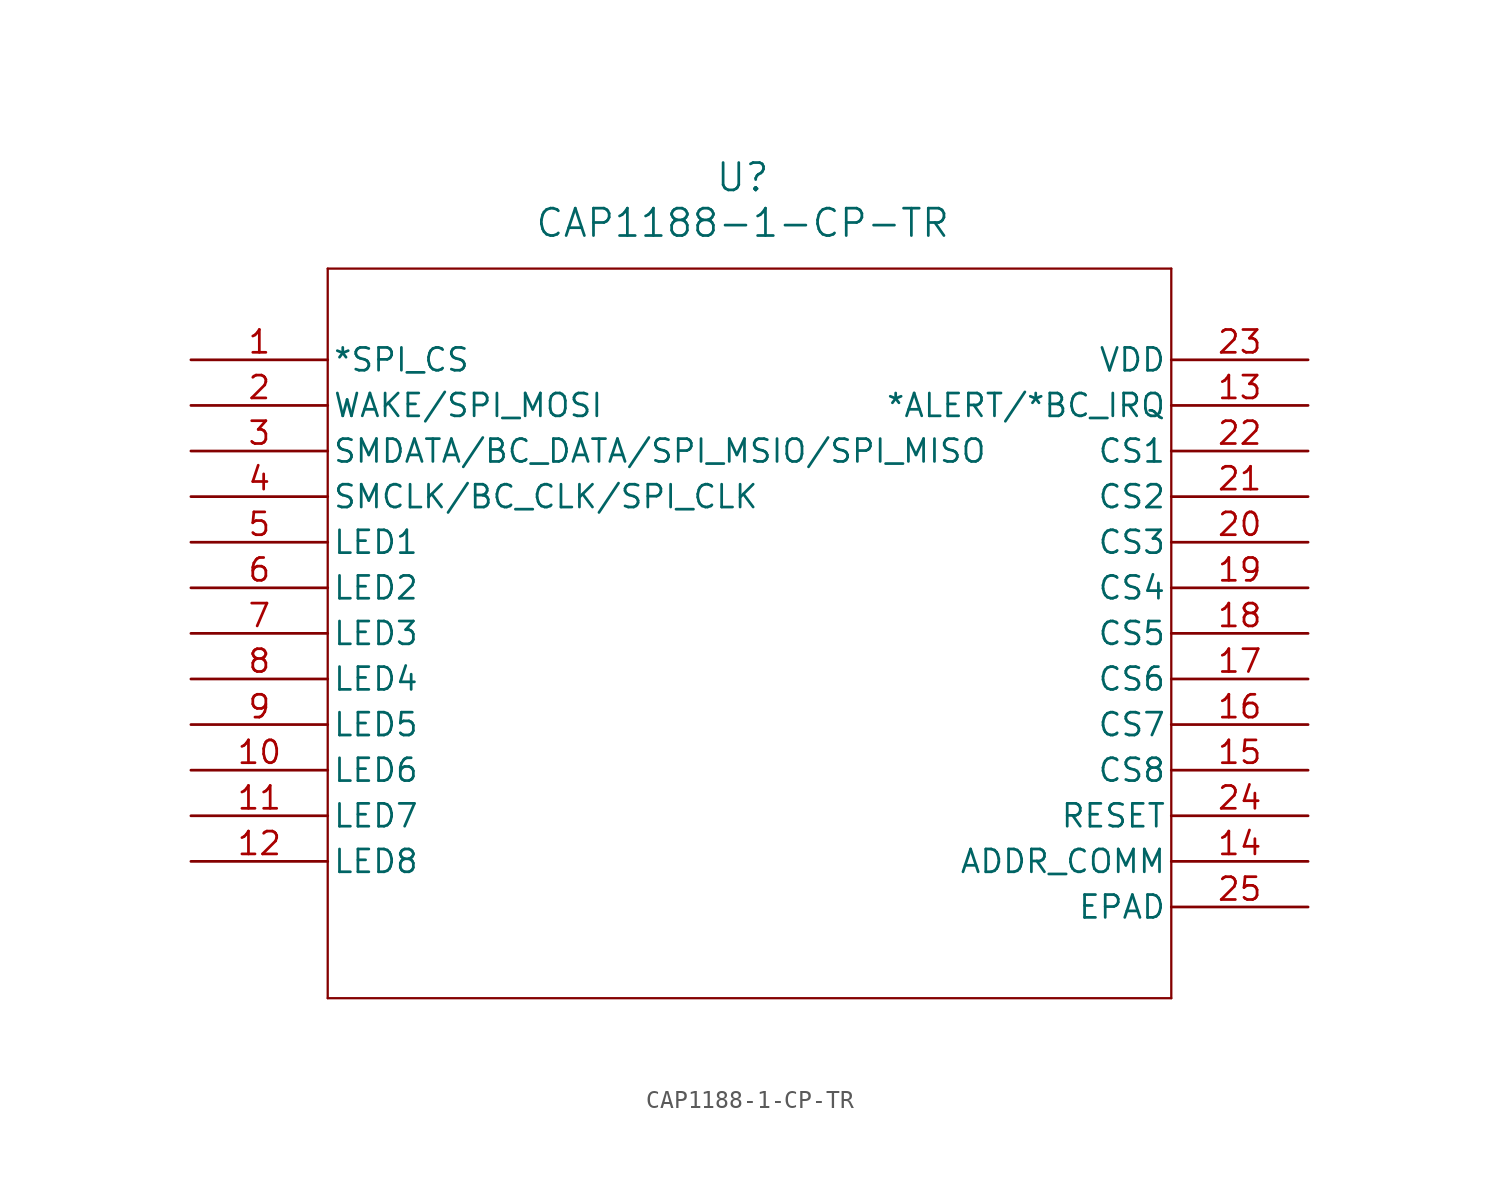
<source format=kicad_sym>
(kicad_symbol_lib
  (version 20241209)
  (generator "kicad_symbol_editor")
  (generator_version "9.0")
  (symbol "CAP1188-1-CP-TR"
    (pin_names
      (offset 0.254))
    (property "Reference" "U"
      (at 30.734 10.16 0)
      (effects (font (size 1.524 1.524))))
    (property "Value" "CAP1188-1-CP-TR"
      (at 30.734 7.62 0)
      (effects (font (size 1.524 1.524))))
    (symbol "CAP1188-1-CP-TR_0_1"
      (polyline (pts (xy 7.62 5.08) (xy 7.62 -35.56)) (stroke (width 0.127) (type default)) (fill (type none)))
      (polyline (pts (xy 7.62 -35.56) (xy 54.61 -35.56)) (stroke (width 0.127) (type default)) (fill (type none)))
      (polyline (pts (xy 54.61 5.08) (xy 7.62 5.08)) (stroke (width 0.127) (type default)) (fill (type none)))
      (polyline (pts (xy 54.61 -35.56) (xy 54.61 5.08)) (stroke (width 0.127) (type default)) (fill (type none)))
      (pin input line (at 0 0 0) (length 7.62) (name "*SPI_CS" (effects (font (size 1.27 1.27)))) (number "1" (effects (font (size 1.27 1.27)))))
      (pin bidirectional line (at 0 -2.54 0) (length 7.62) (name "WAKE/SPI_MOSI" (effects (font (size 1.27 1.27)))) (number "2" (effects (font (size 1.27 1.27)))))
      (pin bidirectional line (at 0 -5.08 0) (length 7.62) (name "SMDATA/BC_DATA/SPI_MSIO/SPI_MISO" (effects (font (size 1.27 1.27)))) (number "3" (effects (font (size 1.27 1.27)))))
      (pin input line (at 0 -7.62 0) (length 7.62) (name "SMCLK/BC_CLK/SPI_CLK" (effects (font (size 1.27 1.27)))) (number "4" (effects (font (size 1.27 1.27)))))
      (pin passive line (at 0 -10.16 0) (length 7.62) (name "LED1" (effects (font (size 1.27 1.27)))) (number "5" (effects (font (size 1.27 1.27)))))
      (pin passive line (at 0 -12.7 0) (length 7.62) (name "LED2" (effects (font (size 1.27 1.27)))) (number "6" (effects (font (size 1.27 1.27)))))
      (pin passive line (at 0 -15.24 0) (length 7.62) (name "LED3" (effects (font (size 1.27 1.27)))) (number "7" (effects (font (size 1.27 1.27)))))
      (pin passive line (at 0 -17.78 0) (length 7.62) (name "LED4" (effects (font (size 1.27 1.27)))) (number "8" (effects (font (size 1.27 1.27)))))
      (pin passive line (at 0 -20.32 0) (length 7.62) (name "LED5" (effects (font (size 1.27 1.27)))) (number "9" (effects (font (size 1.27 1.27)))))
      (pin passive line (at 0 -22.86 0) (length 7.62) (name "LED6" (effects (font (size 1.27 1.27)))) (number "10" (effects (font (size 1.27 1.27)))))
      (pin passive line (at 0 -25.4 0) (length 7.62) (name "LED7" (effects (font (size 1.27 1.27)))) (number "11" (effects (font (size 1.27 1.27)))))
      (pin passive line (at 0 -27.94 0) (length 7.62) (name "LED8" (effects (font (size 1.27 1.27)))) (number "12" (effects (font (size 1.27 1.27)))))
      (pin power_in line (at 62.23 0 180) (length 7.62) (name "VDD" (effects (font (size 1.27 1.27)))) (number "23" (effects (font (size 1.27 1.27)))))
      (pin passive line (at 62.23 -2.54 180) (length 7.62) (name "*ALERT/*BC_IRQ" (effects (font (size 1.27 1.27)))) (number "13" (effects (font (size 1.27 1.27)))))
      (pin bidirectional line (at 62.23 -5.08 180) (length 7.62) (name "CS1" (effects (font (size 1.27 1.27)))) (number "22" (effects (font (size 1.27 1.27)))))
      (pin bidirectional line (at 62.23 -7.62 180) (length 7.62) (name "CS2" (effects (font (size 1.27 1.27)))) (number "21" (effects (font (size 1.27 1.27)))))
      (pin bidirectional line (at 62.23 -10.16 180) (length 7.62) (name "CS3" (effects (font (size 1.27 1.27)))) (number "20" (effects (font (size 1.27 1.27)))))
      (pin bidirectional line (at 62.23 -12.7 180) (length 7.62) (name "CS4" (effects (font (size 1.27 1.27)))) (number "19" (effects (font (size 1.27 1.27)))))
      (pin bidirectional line (at 62.23 -15.24 180) (length 7.62) (name "CS5" (effects (font (size 1.27 1.27)))) (number "18" (effects (font (size 1.27 1.27)))))
      (pin bidirectional line (at 62.23 -17.78 180) (length 7.62) (name "CS6" (effects (font (size 1.27 1.27)))) (number "17" (effects (font (size 1.27 1.27)))))
      (pin bidirectional line (at 62.23 -20.32 180) (length 7.62) (name "CS7" (effects (font (size 1.27 1.27)))) (number "16" (effects (font (size 1.27 1.27)))))
      (pin bidirectional line (at 62.23 -22.86 180) (length 7.62) (name "CS8" (effects (font (size 1.27 1.27)))) (number "15" (effects (font (size 1.27 1.27)))))
      (pin input line (at 62.23 -25.4 180) (length 7.62) (name "RESET" (effects (font (size 1.27 1.27)))) (number "24" (effects (font (size 1.27 1.27)))))
      (pin input line (at 62.23 -27.94 180) (length 7.62) (name "ADDR_COMM" (effects (font (size 1.27 1.27)))) (number "14" (effects (font (size 1.27 1.27)))))
      (pin passive line (at 62.23 -30.48 180) (length 7.62) (name "EPAD" (effects (font (size 1.27 1.27)))) (number "25" (effects (font (size 1.27 1.27))))))))
</source>
